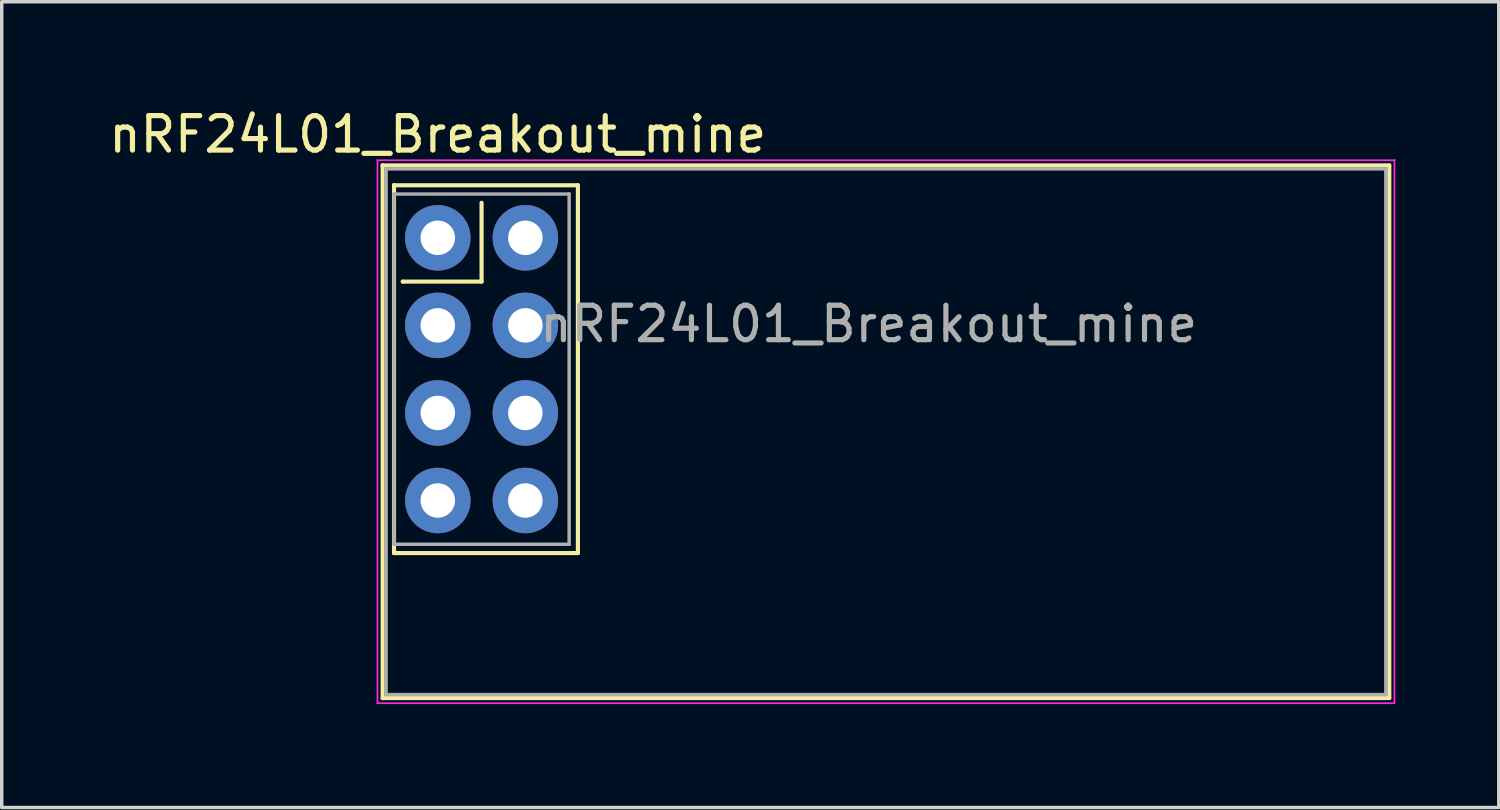
<source format=kicad_pcb>
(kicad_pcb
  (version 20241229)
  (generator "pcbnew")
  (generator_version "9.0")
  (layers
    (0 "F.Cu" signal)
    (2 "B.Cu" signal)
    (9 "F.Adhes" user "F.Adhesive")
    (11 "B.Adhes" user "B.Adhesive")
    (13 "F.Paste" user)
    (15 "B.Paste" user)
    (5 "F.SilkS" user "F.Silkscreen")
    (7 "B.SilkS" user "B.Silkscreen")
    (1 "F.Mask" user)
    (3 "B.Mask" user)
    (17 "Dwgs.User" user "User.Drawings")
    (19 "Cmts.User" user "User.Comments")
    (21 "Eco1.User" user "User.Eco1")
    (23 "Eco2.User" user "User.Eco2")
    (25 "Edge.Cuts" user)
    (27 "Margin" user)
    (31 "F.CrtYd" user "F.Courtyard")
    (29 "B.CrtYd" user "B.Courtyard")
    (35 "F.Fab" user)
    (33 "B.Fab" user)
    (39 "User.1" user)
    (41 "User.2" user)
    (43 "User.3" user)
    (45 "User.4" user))
  (footprint "nRF24L01_Breakout_mine"
    (layer "F.Cu")
    (at 9.649 3.848)
    (property "Reference" "nRF24L01_Breakout_mine" (at 0 -3 0) (layer "F.SilkS") (effects (font (size 1 1) (thickness 0.15))))
    (attr through_hole)
    (fp_line (start -1.6 -2.1) (end -1.6 -2.1) (stroke (width 0.12) (type solid)) (layer "F.SilkS"))
    (fp_line (start -1.6 -2.1) (end 27.6 -2.1) (stroke (width 0.12) (type solid)) (layer "F.SilkS"))
    (fp_line (start -1.6 13.35) (end -1.6 -2.1) (stroke (width 0.12) (type solid)) (layer "F.SilkS"))
    (fp_line (start -1.27 -1.524) (end -1.27 -1.524) (stroke (width 0.12) (type solid)) (layer "F.SilkS"))
    (fp_line (start -1.27 -1.524) (end 4.064 -1.524) (stroke (width 0.12) (type solid)) (layer "F.SilkS"))
    (fp_line (start -1.27 9.144) (end -1.27 -1.524) (stroke (width 0.12) (type solid)) (layer "F.SilkS"))
    (fp_line (start -1.27 9.144) (end -1.27 9.144) (stroke (width 0.12) (type solid)) (layer "F.SilkS"))
    (fp_line (start -1.016 1.27) (end -1.016 1.27) (stroke (width 0.12) (type solid)) (layer "F.SilkS"))
    (fp_line (start 1.27 -1.016) (end 1.27 1.27) (stroke (width 0.12) (type solid)) (layer "F.SilkS"))
    (fp_line (start 1.27 1.27) (end -1.016 1.27) (stroke (width 0.12) (type solid)) (layer "F.SilkS"))
    (fp_line (start 4.064 -1.524) (end 4.064 9.144) (stroke (width 0.12) (type solid)) (layer "F.SilkS"))
    (fp_line (start 4.064 9.144) (end -1.27 9.144) (stroke (width 0.12) (type solid)) (layer "F.SilkS"))
    (fp_line (start 27.6 -2.1) (end 27.6 13.35) (stroke (width 0.12) (type solid)) (layer "F.SilkS"))
    (fp_line (start 27.6 13.35) (end -1.6 13.35) (stroke (width 0.12) (type solid)) (layer "F.SilkS"))
    (fp_line (start -1.75 -2.25) (end -1.75 13.5) (stroke (width 0.05) (type solid)) (layer "F.CrtYd"))
    (fp_line (start -1.75 13.5) (end 27.75 13.5) (stroke (width 0.05) (type solid)) (layer "F.CrtYd"))
    (fp_line (start 27.75 -2.25) (end -1.75 -2.25) (stroke (width 0.05) (type solid)) (layer "F.CrtYd"))
    (fp_line (start 27.75 -2.25) (end 27.75 -2.25) (stroke (width 0.05) (type solid)) (layer "F.CrtYd"))
    (fp_line (start 27.75 13.5) (end 27.75 -2.25) (stroke (width 0.05) (type solid)) (layer "F.CrtYd"))
    (fp_line (start -1.5 -2) (end -1.5 -2) (stroke (width 0.1) (type solid)) (layer "F.Fab"))
    (fp_line (start -1.5 -2) (end 27.5 -2) (stroke (width 0.1) (type solid)) (layer "F.Fab"))
    (fp_line (start -1.5 13.25) (end -1.5 -2) (stroke (width 0.1) (type solid)) (layer "F.Fab"))
    (fp_line (start -1.27 -1.27) (end -1.27 -1.27) (stroke (width 0.1) (type solid)) (layer "F.Fab"))
    (fp_line (start -1.27 -1.27) (end 3.81 -1.27) (stroke (width 0.1) (type solid)) (layer "F.Fab"))
    (fp_line (start -1.27 8.89) (end -1.27 -1.27) (stroke (width 0.1) (type solid)) (layer "F.Fab"))
    (fp_line (start 3.81 -1.27) (end 3.81 8.89) (stroke (width 0.1) (type solid)) (layer "F.Fab"))
    (fp_line (start 3.81 8.89) (end -1.27 8.89) (stroke (width 0.1) (type solid)) (layer "F.Fab"))
    (fp_line (start 27.5 -2) (end 27.5 13.25) (stroke (width 0.1) (type solid)) (layer "F.Fab"))
    (fp_line (start 27.5 13.25) (end -1.5 13.25) (stroke (width 0.1) (type solid)) (layer "F.Fab"))
    (fp_text user "${REFERENCE}" (at 12.5 2.5 0) (layer "F.Fab") (effects (font (size 1 1) (thickness 0.15))))
    (pad "1" thru_hole circle (at 0 0) (size 1.9 1.9) (drill 1) (layers "*.Cu" "*.Mask"))
    (pad "2" thru_hole circle (at 2.54 0) (size 1.9 1.9) (drill 1) (layers "*.Cu" "*.Mask"))
    (pad "3" thru_hole circle (at 0 2.54) (size 1.9 1.9) (drill 1) (layers "*.Cu" "*.Mask"))
    (pad "4" thru_hole circle (at 2.54 2.54) (size 1.9 1.9) (drill 1) (layers "*.Cu" "*.Mask"))
    (pad "5" thru_hole circle (at 0 5.08) (size 1.9 1.9) (drill 1) (layers "*.Cu" "*.Mask"))
    (pad "6" thru_hole circle (at 2.54 5.08) (size 1.9 1.9) (drill 1) (layers "*.Cu" "*.Mask"))
    (pad "7" thru_hole circle (at 0 7.62) (size 1.9 1.9) (drill 1) (layers "*.Cu" "*.Mask"))
    (pad "8" thru_hole circle (at 2.54 7.62) (size 1.9 1.9) (drill 1) (layers "*.Cu" "*.Mask")))
  (gr_rect
    (start -3 -3)
    (end 40.424 20.373)
    (stroke (width 0.1) (type default))
    (fill no)
    (layer "Edge.Cuts")))
</source>
